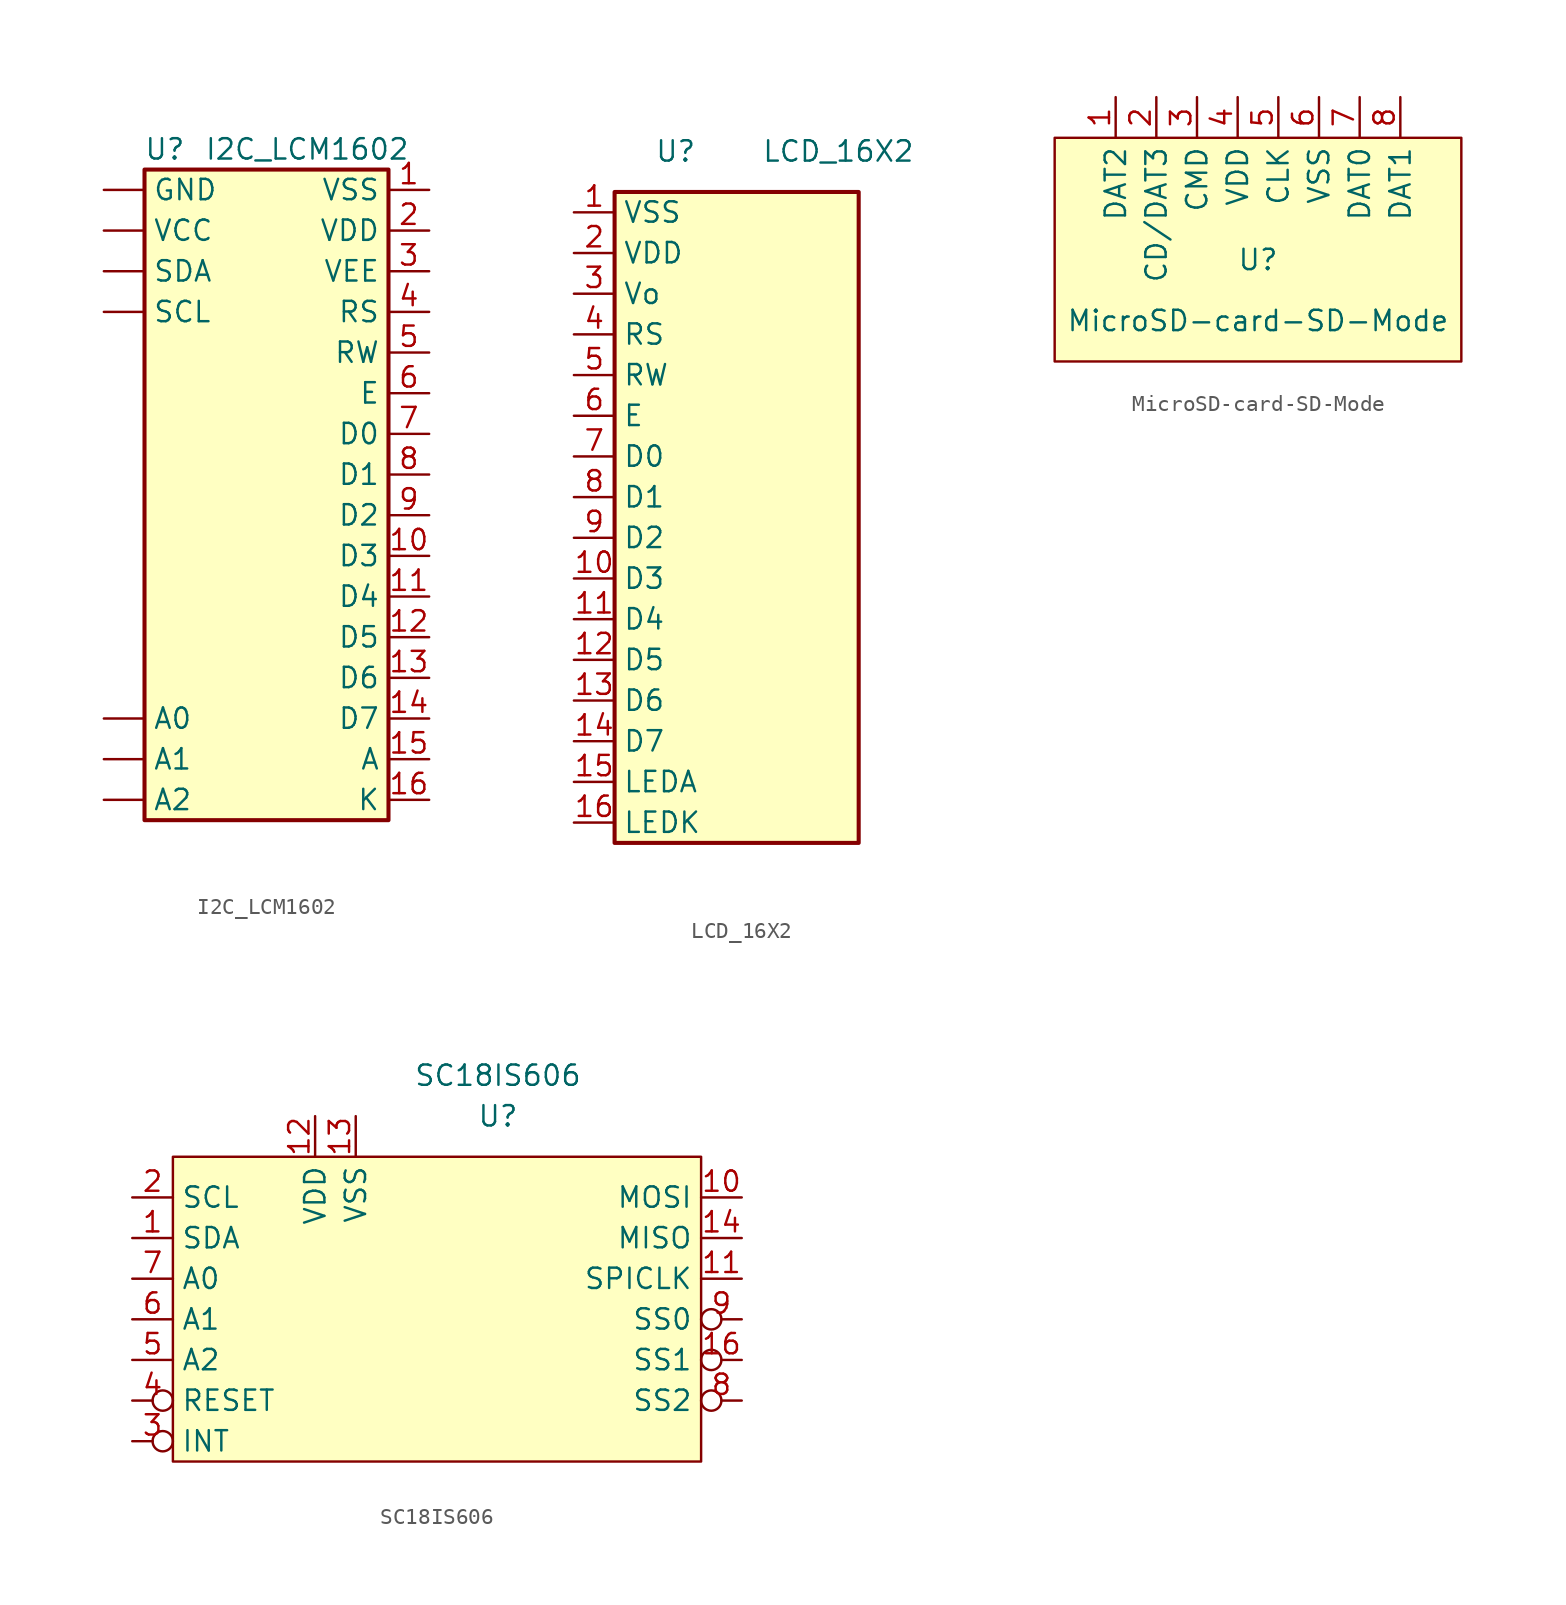
<source format=kicad_sym>
(kicad_symbol_lib
  (version 20211014)
  (generator kicad_symbol_editor)
  (symbol "I2C_LCM1602"
    (property "Reference" "U"
      (at -5.08 0 0)
      (effects (font (size 1.27 1.27))))
    (property "Value" "I2C_LCM1602"
      (at 3.81 0 0)
      (effects (font (size 1.27 1.27))))
    (symbol "I2C_LCM1602_0_1"
      (rectangle (start -6.35 -1.27) (end 8.89 -41.91) (stroke (width 0.254) (type default) (color 0 0 0 0)) (fill (type background))))
    (symbol "I2C_LCM1602_1_1"
      (pin passive line (at -8.89 -35.56 0) (length 2.54) (name "A0" (effects (font (size 1.27 1.27)))) (number "" (effects (font (size 1.27 1.27)))))
      (pin passive line (at -8.89 -38.1 0) (length 2.54) (name "A1" (effects (font (size 1.27 1.27)))) (number "" (effects (font (size 1.27 1.27)))))
      (pin passive line (at -8.89 -40.64 0) (length 2.54) (name "A2" (effects (font (size 1.27 1.27)))) (number "" (effects (font (size 1.27 1.27)))))
      (pin power_in line (at -8.89 -2.54 0) (length 2.54) (name "GND" (effects (font (size 1.27 1.27)))) (number "" (effects (font (size 1.27 1.27)))))
      (pin bidirectional line (at -8.89 -10.16 0) (length 2.54) (name "SCL" (effects (font (size 1.27 1.27)))) (number "" (effects (font (size 1.27 1.27)))))
      (pin bidirectional line (at -8.89 -7.62 0) (length 2.54) (name "SDA" (effects (font (size 1.27 1.27)))) (number "" (effects (font (size 1.27 1.27)))))
      (pin power_in line (at -8.89 -5.08 0) (length 2.54) (name "VCC" (effects (font (size 1.27 1.27)))) (number "" (effects (font (size 1.27 1.27)))))
      (pin power_in line (at 11.43 -2.54 180) (length 2.54) (name "VSS" (effects (font (size 1.27 1.27)))) (number "1" (effects (font (size 1.27 1.27)))))
      (pin bidirectional line (at 11.43 -25.4 180) (length 2.54) (name "D3" (effects (font (size 1.27 1.27)))) (number "10" (effects (font (size 1.27 1.27)))))
      (pin bidirectional line (at 11.43 -27.94 180) (length 2.54) (name "D4" (effects (font (size 1.27 1.27)))) (number "11" (effects (font (size 1.27 1.27)))))
      (pin bidirectional line (at 11.43 -30.48 180) (length 2.54) (name "D5" (effects (font (size 1.27 1.27)))) (number "12" (effects (font (size 1.27 1.27)))))
      (pin bidirectional line (at 11.43 -33.02 180) (length 2.54) (name "D6" (effects (font (size 1.27 1.27)))) (number "13" (effects (font (size 1.27 1.27)))))
      (pin bidirectional line (at 11.43 -35.56 180) (length 2.54) (name "D7" (effects (font (size 1.27 1.27)))) (number "14" (effects (font (size 1.27 1.27)))))
      (pin passive line (at 11.43 -38.1 180) (length 2.54) (name "A" (effects (font (size 1.27 1.27)))) (number "15" (effects (font (size 1.27 1.27)))))
      (pin passive line (at 11.43 -40.64 180) (length 2.54) (name "K" (effects (font (size 1.27 1.27)))) (number "16" (effects (font (size 1.27 1.27)))))
      (pin power_in line (at 11.43 -5.08 180) (length 2.54) (name "VDD" (effects (font (size 1.27 1.27)))) (number "2" (effects (font (size 1.27 1.27)))))
      (pin input line (at 11.43 -7.62 180) (length 2.54) (name "VEE" (effects (font (size 1.27 1.27)))) (number "3" (effects (font (size 1.27 1.27)))))
      (pin input line (at 11.43 -10.16 180) (length 2.54) (name "RS" (effects (font (size 1.27 1.27)))) (number "4" (effects (font (size 1.27 1.27)))))
      (pin input line (at 11.43 -12.7 180) (length 2.54) (name "RW" (effects (font (size 1.27 1.27)))) (number "5" (effects (font (size 1.27 1.27)))))
      (pin input line (at 11.43 -15.24 180) (length 2.54) (name "E" (effects (font (size 1.27 1.27)))) (number "6" (effects (font (size 1.27 1.27)))))
      (pin bidirectional line (at 11.43 -17.78 180) (length 2.54) (name "D0" (effects (font (size 1.27 1.27)))) (number "7" (effects (font (size 1.27 1.27)))))
      (pin bidirectional line (at 11.43 -20.32 180) (length 2.54) (name "D1" (effects (font (size 1.27 1.27)))) (number "8" (effects (font (size 1.27 1.27)))))
      (pin bidirectional line (at 11.43 -22.86 180) (length 2.54) (name "D2" (effects (font (size 1.27 1.27)))) (number "9" (effects (font (size 1.27 1.27)))))))
  (symbol "LCD_16X2"
    (property "Reference" "U"
      (at -2.54 0 0)
      (effects (font (size 1.27 1.27))))
    (property "Value" "LCD_16X2"
      (at 7.62 0 0)
      (effects (font (size 1.27 1.27))))
    (symbol "LCD_16X2_0_1"
      (rectangle (start -6.35 -2.54) (end 8.89 -43.18) (stroke (width 0.254) (type default) (color 0 0 0 0)) (fill (type background))))
    (symbol "LCD_16X2_1_1"
      (pin power_in line (at -8.89 -3.81 0) (length 2.54) (name "VSS" (effects (font (size 1.27 1.27)))) (number "1" (effects (font (size 1.27 1.27)))))
      (pin bidirectional line (at -8.89 -26.67 0) (length 2.54) (name "D3" (effects (font (size 1.27 1.27)))) (number "10" (effects (font (size 1.27 1.27)))))
      (pin bidirectional line (at -8.89 -29.21 0) (length 2.54) (name "D4" (effects (font (size 1.27 1.27)))) (number "11" (effects (font (size 1.27 1.27)))))
      (pin bidirectional line (at -8.89 -31.75 0) (length 2.54) (name "D5" (effects (font (size 1.27 1.27)))) (number "12" (effects (font (size 1.27 1.27)))))
      (pin bidirectional line (at -8.89 -34.29 0) (length 2.54) (name "D6" (effects (font (size 1.27 1.27)))) (number "13" (effects (font (size 1.27 1.27)))))
      (pin bidirectional line (at -8.89 -36.83 0) (length 2.54) (name "D7" (effects (font (size 1.27 1.27)))) (number "14" (effects (font (size 1.27 1.27)))))
      (pin passive line (at -8.89 -39.37 0) (length 2.54) (name "LEDA" (effects (font (size 1.27 1.27)))) (number "15" (effects (font (size 1.27 1.27)))))
      (pin passive line (at -8.89 -41.91 0) (length 2.54) (name "LEDK" (effects (font (size 1.27 1.27)))) (number "16" (effects (font (size 1.27 1.27)))))
      (pin power_in line (at -8.89 -6.35 0) (length 2.54) (name "VDD" (effects (font (size 1.27 1.27)))) (number "2" (effects (font (size 1.27 1.27)))))
      (pin input line (at -8.89 -8.89 0) (length 2.54) (name "Vo" (effects (font (size 1.27 1.27)))) (number "3" (effects (font (size 1.27 1.27)))))
      (pin input line (at -8.89 -11.43 0) (length 2.54) (name "RS" (effects (font (size 1.27 1.27)))) (number "4" (effects (font (size 1.27 1.27)))))
      (pin input line (at -8.89 -13.97 0) (length 2.54) (name "RW" (effects (font (size 1.27 1.27)))) (number "5" (effects (font (size 1.27 1.27)))))
      (pin input line (at -8.89 -16.51 0) (length 2.54) (name "E" (effects (font (size 1.27 1.27)))) (number "6" (effects (font (size 1.27 1.27)))))
      (pin bidirectional line (at -8.89 -19.05 0) (length 2.54) (name "D0" (effects (font (size 1.27 1.27)))) (number "7" (effects (font (size 1.27 1.27)))))
      (pin bidirectional line (at -8.89 -21.59 0) (length 2.54) (name "D1" (effects (font (size 1.27 1.27)))) (number "8" (effects (font (size 1.27 1.27)))))
      (pin bidirectional line (at -8.89 -24.13 0) (length 2.54) (name "D2" (effects (font (size 1.27 1.27)))) (number "9" (effects (font (size 1.27 1.27)))))))
  (symbol "MicroSD-card-SD-Mode"
    (property "Reference" "U"
      (at 0 -3.81 0)
      (effects (font (size 1.27 1.27))))
    (property "Value" "MicroSD-card-SD-Mode"
      (at 0 -7.62 0)
      (effects (font (size 1.27 1.27))))
    (symbol "MicroSD-card-SD-Mode_0_1"
      (rectangle (start -12.7 3.81) (end 12.7 -10.16) (stroke (width 0) (type default) (color 0 0 0 0)) (fill (type background))))
    (symbol "MicroSD-card-SD-Mode_1_1"
      (pin bidirectional line (at -8.89 6.35 270) (length 2.54) (name "DAT2" (effects (font (size 1.27 1.27)))) (number "1" (effects (font (size 1.27 1.27)))))
      (pin bidirectional line (at -6.35 6.35 270) (length 2.54) (name "CD/DAT3" (effects (font (size 1.27 1.27)))) (number "2" (effects (font (size 1.27 1.27)))))
      (pin output line (at -3.81 6.35 270) (length 2.54) (name "CMD" (effects (font (size 1.27 1.27)))) (number "3" (effects (font (size 1.27 1.27)))))
      (pin power_in line (at -1.27 6.35 270) (length 2.54) (name "VDD" (effects (font (size 1.27 1.27)))) (number "4" (effects (font (size 1.27 1.27)))))
      (pin input line (at 1.27 6.35 270) (length 2.54) (name "CLK" (effects (font (size 1.27 1.27)))) (number "5" (effects (font (size 1.27 1.27)))))
      (pin power_in line (at 3.81 6.35 270) (length 2.54) (name "VSS" (effects (font (size 1.27 1.27)))) (number "6" (effects (font (size 1.27 1.27)))))
      (pin bidirectional line (at 6.35 6.35 270) (length 2.54) (name "DAT0" (effects (font (size 1.27 1.27)))) (number "7" (effects (font (size 1.27 1.27)))))
      (pin bidirectional line (at 8.89 6.35 270) (length 2.54) (name "DAT1" (effects (font (size 1.27 1.27)))) (number "8" (effects (font (size 1.27 1.27)))))))
  (symbol "SC18IS606"
    (property "Reference" "U"
      (at 0 10.16 0)
      (effects (font (size 1.27 1.27))))
    (property "Value" "SC18IS606"
      (at 0 12.7 0)
      (effects (font (size 1.27 1.27))))
    (symbol "SC18IS606_0_1"
      (rectangle (start -20.32 7.62) (end 12.7 -11.43) (stroke (width 0) (type default) (color 0 0 0 0)) (fill (type background))))
    (symbol "SC18IS606_1_1"
      (pin bidirectional line (at -22.86 2.54 0) (length 2.54) (name "SDA" (effects (font (size 1.27 1.27)))) (number "1" (effects (font (size 1.27 1.27)))))
      (pin output line (at 15.24 5.08 180) (length 2.54) (name "MOSI" (effects (font (size 1.27 1.27)))) (number "10" (effects (font (size 1.27 1.27)))))
      (pin output line (at 15.24 0 180) (length 2.54) (name "SPICLK" (effects (font (size 1.27 1.27)))) (number "11" (effects (font (size 1.27 1.27)))))
      (pin passive line (at -11.43 10.16 270) (length 2.54) (name "VDD" (effects (font (size 1.27 1.27)))) (number "12" (effects (font (size 1.27 1.27)))))
      (pin passive line (at -8.89 10.16 270) (length 2.54) (name "VSS" (effects (font (size 1.27 1.27)))) (number "13" (effects (font (size 1.27 1.27)))))
      (pin input line (at 15.24 2.54 180) (length 2.54) (name "MISO" (effects (font (size 1.27 1.27)))) (number "14" (effects (font (size 1.27 1.27)))))
      (pin output inverted (at 15.24 -5.08 180) (length 2.54) (name "SS1" (effects (font (size 1.27 1.27)))) (number "16" (effects (font (size 1.27 1.27)))))
      (pin input line (at -22.86 5.08 0) (length 2.54) (name "SCL" (effects (font (size 1.27 1.27)))) (number "2" (effects (font (size 1.27 1.27)))))
      (pin output inverted (at -22.86 -10.16 0) (length 2.54) (name "INT" (effects (font (size 1.27 1.27)))) (number "3" (effects (font (size 1.27 1.27)))))
      (pin input inverted (at -22.86 -7.62 0) (length 2.54) (name "RESET" (effects (font (size 1.27 1.27)))) (number "4" (effects (font (size 1.27 1.27)))))
      (pin passive line (at -22.86 -5.08 0) (length 2.54) (name "A2" (effects (font (size 1.27 1.27)))) (number "5" (effects (font (size 1.27 1.27)))))
      (pin passive line (at -22.86 -2.54 0) (length 2.54) (name "A1" (effects (font (size 1.27 1.27)))) (number "6" (effects (font (size 1.27 1.27)))))
      (pin passive line (at -22.86 0 0) (length 2.54) (name "A0" (effects (font (size 1.27 1.27)))) (number "7" (effects (font (size 1.27 1.27)))))
      (pin output inverted (at 15.24 -7.62 180) (length 2.54) (name "SS2" (effects (font (size 1.27 1.27)))) (number "8" (effects (font (size 1.27 1.27)))))
      (pin output inverted (at 15.24 -2.54 180) (length 2.54) (name "SS0" (effects (font (size 1.27 1.27)))) (number "9" (effects (font (size 1.27 1.27))))))))
</source>
